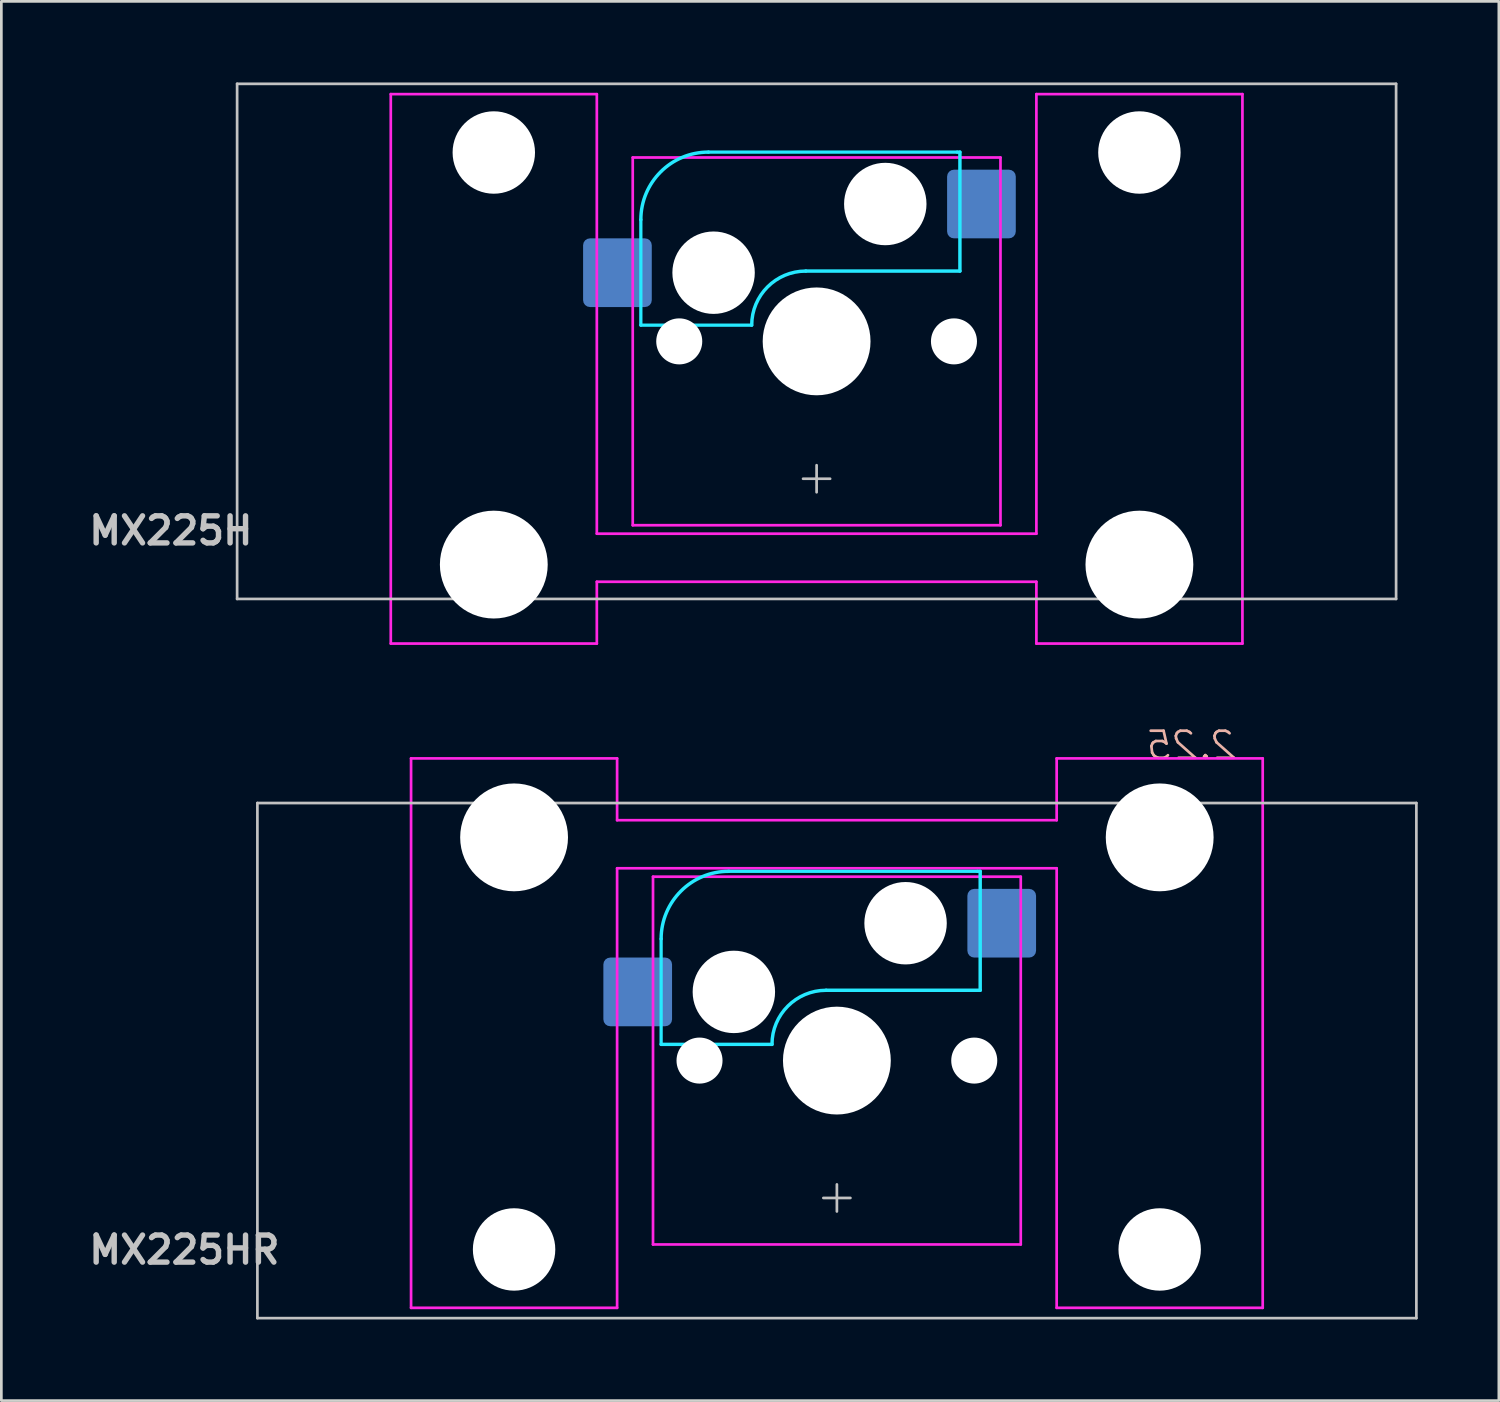
<source format=kicad_pcb>
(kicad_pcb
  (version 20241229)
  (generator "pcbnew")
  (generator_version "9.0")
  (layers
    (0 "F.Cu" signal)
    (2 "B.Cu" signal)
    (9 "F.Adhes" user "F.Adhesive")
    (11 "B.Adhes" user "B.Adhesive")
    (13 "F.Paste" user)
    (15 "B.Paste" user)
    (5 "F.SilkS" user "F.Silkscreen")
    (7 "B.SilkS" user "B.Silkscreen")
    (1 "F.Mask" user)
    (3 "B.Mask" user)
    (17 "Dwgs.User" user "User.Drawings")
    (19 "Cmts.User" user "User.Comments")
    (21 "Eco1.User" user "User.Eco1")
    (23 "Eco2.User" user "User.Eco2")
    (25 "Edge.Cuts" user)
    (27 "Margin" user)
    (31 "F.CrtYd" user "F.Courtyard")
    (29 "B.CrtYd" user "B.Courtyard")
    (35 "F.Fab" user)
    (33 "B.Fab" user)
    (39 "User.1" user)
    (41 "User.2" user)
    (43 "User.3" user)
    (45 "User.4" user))
  (footprint "MX225HR"
    (layer "F.Cu")
    (at 27.9 36.173)
    (property "Reference" "MX225HR" (at -20.5 7 0) (layer "Dwgs.User") (effects (font (size 1 1) (thickness 0.2)) (justify right)))
    (attr smd)
    (fp_line (start -21.431 -9.525) (end -21.431 9.525) (stroke (width 0.1) (type solid)) (layer "Dwgs.User"))
    (fp_line (start 0 4.58) (end 0 5.58) (stroke (width 0.1) (type solid)) (layer "Dwgs.User"))
    (fp_line (start 0.5 5.08) (end -0.5 5.08) (stroke (width 0.1) (type solid)) (layer "Dwgs.User"))
    (fp_line (start 21.431 -9.525) (end -21.431 -9.525) (stroke (width 0.1) (type solid)) (layer "Dwgs.User"))
    (fp_line (start 21.431 -9.525) (end 21.431 9.525) (stroke (width 0.1) (type solid)) (layer "Dwgs.User"))
    (fp_line (start 21.431 9.525) (end -21.431 9.525) (stroke (width 0.1) (type solid)) (layer "Dwgs.User"))
    (fp_line (start -15.438 5.485) (end -15.438 -8.515) (stroke (width 0.1) (type solid)) (layer "Eco1.User"))
    (fp_line (start -14.938 5.985) (end -8.938 5.985) (stroke (width 0.1) (type solid)) (layer "Eco1.User"))
    (fp_line (start -8.938 -9.015) (end -14.938 -9.015) (stroke (width 0.1) (type solid)) (layer "Eco1.User"))
    (fp_line (start -8.438 -8.515) (end -8.438 5.485) (stroke (width 0.1) (type solid)) (layer "Eco1.User"))
    (fp_line (start -7 6.5) (end -7 -6.5) (stroke (width 0.1) (type solid)) (layer "Eco1.User"))
    (fp_line (start -6.5 -7) (end 6.5 -7) (stroke (width 0.1) (type solid)) (layer "Eco1.User"))
    (fp_line (start 6.5 7) (end -6.5 7) (stroke (width 0.1) (type solid)) (layer "Eco1.User"))
    (fp_line (start 7 -6.5) (end 7 6.5) (stroke (width 0.1) (type solid)) (layer "Eco1.User"))
    (fp_line (start 8.438 5.485) (end 8.438 -8.515) (stroke (width 0.1) (type solid)) (layer "Eco1.User"))
    (fp_line (start 8.938 5.985) (end 14.938 5.985) (stroke (width 0.1) (type solid)) (layer "Eco1.User"))
    (fp_line (start 14.938 -9.015) (end 8.938 -9.015) (stroke (width 0.1) (type solid)) (layer "Eco1.User"))
    (fp_line (start 15.438 -8.515) (end 15.438 5.485) (stroke (width 0.1) (type solid)) (layer "Eco1.User"))
    (fp_arc (start -15.438 -8.515) (mid -15.291553 -8.868553) (end -14.938 -9.015) (stroke (width 0.1) (type solid)) (layer "Eco1.User"))
    (fp_arc (start -14.938 5.985) (mid -15.291553 5.838553) (end -15.438 5.485) (stroke (width 0.1) (type solid)) (layer "Eco1.User"))
    (fp_arc (start -8.938 -9.015) (mid -8.584447 -8.868553) (end -8.438 -8.515) (stroke (width 0.1) (type solid)) (layer "Eco1.User"))
    (fp_arc (start -8.438 5.485) (mid -8.584447 5.838553) (end -8.938 5.985) (stroke (width 0.1) (type solid)) (layer "Eco1.User"))
    (fp_arc (start -7 -6.5) (mid -6.853553 -6.853553) (end -6.5 -7) (stroke (width 0.1) (type solid)) (layer "Eco1.User"))
    (fp_arc (start -6.5 7) (mid -6.853553 6.853553) (end -7 6.5) (stroke (width 0.1) (type solid)) (layer "Eco1.User"))
    (fp_arc (start 6.5 -7) (mid 6.853553 -6.853553) (end 7 -6.5) (stroke (width 0.1) (type solid)) (layer "Eco1.User"))
    (fp_arc (start 7 6.5) (mid 6.853553 6.853553) (end 6.5 7) (stroke (width 0.1) (type solid)) (layer "Eco1.User"))
    (fp_arc (start 8.438 -8.515) (mid 8.584447 -8.868553) (end 8.938 -9.015) (stroke (width 0.1) (type solid)) (layer "Eco1.User"))
    (fp_arc (start 8.938 5.985) (mid 8.584447 5.838553) (end 8.438 5.485) (stroke (width 0.1) (type solid)) (layer "Eco1.User"))
    (fp_arc (start 14.938 -9.015) (mid 15.291553 -8.868553) (end 15.438 -8.515) (stroke (width 0.1) (type solid)) (layer "Eco1.User"))
    (fp_arc (start 15.438 5.485) (mid 15.291553 5.838553) (end 14.938 5.985) (stroke (width 0.1) (type solid)) (layer "Eco1.User"))
    (fp_line (start -6.5 -4.5) (end -6.5 -0.6) (stroke (width 0.12) (type solid)) (layer "B.CrtYd"))
    (fp_line (start -6.5 -0.6) (end -2.4 -0.6) (stroke (width 0.127) (type solid)) (layer "B.CrtYd"))
    (fp_line (start -4 -7) (end 5.2 -7) (stroke (width 0.12) (type solid)) (layer "B.CrtYd"))
    (fp_line (start -0.4 -2.6) (end 5.3 -2.6) (stroke (width 0.127) (type solid)) (layer "B.CrtYd"))
    (fp_line (start 5.2 -7) (end 5.3 -7) (stroke (width 0.12) (type solid)) (layer "B.CrtYd"))
    (fp_line (start 5.3 -7) (end 5.3 -2.6) (stroke (width 0.127) (type solid)) (layer "B.CrtYd"))
    (fp_arc (start -6.5 -4.5) (mid -5.767767 -6.267767) (end -4 -7) (stroke (width 0.127) (type solid)) (layer "B.CrtYd"))
    (fp_arc (start -2.4 -0.6) (mid -1.814214 -2.014214) (end -0.4 -2.6) (stroke (width 0.127) (type solid)) (layer "B.CrtYd"))
    (fp_line (start -15.748 -11.176) (end -8.128 -11.176) (stroke (width 0.1) (type solid)) (layer "F.CrtYd"))
    (fp_line (start -15.748 9.144) (end -15.748 -11.176) (stroke (width 0.1) (type solid)) (layer "F.CrtYd"))
    (fp_line (start -8.128 -8.89) (end -8.128 -11.176) (stroke (width 0.1) (type solid)) (layer "F.CrtYd"))
    (fp_line (start -8.128 -8.89) (end 8.128 -8.89) (stroke (width 0.1) (type solid)) (layer "F.CrtYd"))
    (fp_line (start -8.128 -7.112) (end -8.128 9.144) (stroke (width 0.1) (type solid)) (layer "F.CrtYd"))
    (fp_line (start -8.128 -7.112) (end 8.128 -7.112) (stroke (width 0.1) (type solid)) (layer "F.CrtYd"))
    (fp_line (start -8.128 9.144) (end -15.748 9.144) (stroke (width 0.1) (type solid)) (layer "F.CrtYd"))
    (fp_line (start -6.8 -6.8) (end -6.8 6.8) (stroke (width 0.1) (type solid)) (layer "F.CrtYd"))
    (fp_line (start -6.8 -6.8) (end 6.8 -6.8) (stroke (width 0.1) (type solid)) (layer "F.CrtYd"))
    (fp_line (start -6.8 6.8) (end 6.8 6.8) (stroke (width 0.1) (type solid)) (layer "F.CrtYd"))
    (fp_line (start 6.8 -6.8) (end 6.8 6.8) (stroke (width 0.1) (type solid)) (layer "F.CrtYd"))
    (fp_line (start 8.128 -8.89) (end 8.128 -11.176) (stroke (width 0.1) (type solid)) (layer "F.CrtYd"))
    (fp_line (start 8.128 -7.112) (end 8.128 9.142) (stroke (width 0.1) (type solid)) (layer "F.CrtYd"))
    (fp_line (start 8.128 9.144) (end 15.748 9.144) (stroke (width 0.1) (type solid)) (layer "F.CrtYd"))
    (fp_line (start 15.748 -11.176) (end 8.128 -11.176) (stroke (width 0.1) (type solid)) (layer "F.CrtYd"))
    (fp_line (start 15.748 -11.176) (end 15.748 9.144) (stroke (width 0.1) (type solid)) (layer "F.CrtYd"))
    (fp_text user "2.25" (at 14.886 -11.072 0) (unlocked yes) (layer "B.SilkS") (effects (font (size 1 1) (thickness 0.1) (italic yes)) (justify left bottom mirror)))
    (pad "" np_thru_hole circle (at -11.938 -8.255 180) (size 3.988 3.988) (drill 3.988) (layers "*.Cu" "*.Mask"))
    (pad "" np_thru_hole circle (at -11.938 6.985 180) (size 3.048 3.048) (drill 3.048) (layers "*.Cu" "*.Mask"))
    (pad "" np_thru_hole circle (at -5.08 0) (size 1.702 1.702) (drill 1.702) (layers "*.Cu" "*.Mask"))
    (pad "" np_thru_hole circle (at -3.81 -2.54) (size 3.048 3.048) (drill 3.048) (layers "*.Cu" "*.Mask"))
    (pad "" np_thru_hole circle (at 0 0) (size 3.988 3.988) (drill 3.988) (layers "*.Cu" "*.Mask"))
    (pad "" np_thru_hole circle (at 2.54 -5.08) (size 3.048 3.048) (drill 3.048) (layers "*.Cu" "*.Mask"))
    (pad "" np_thru_hole circle (at 5.08 0) (size 1.702 1.702) (drill 1.702) (layers "*.Cu" "*.Mask"))
    (pad "" np_thru_hole circle (at 11.938 -8.255 180) (size 3.988 3.988) (drill 3.988) (layers "*.Cu" "*.Mask"))
    (pad "" np_thru_hole circle (at 11.938 6.985 180) (size 3.048 3.048) (drill 3.048) (layers "*.Cu" "*.Mask"))
    (pad "1" smd roundrect (at 6.096 -5.08) (size 2.54 2.54) (layers "B.Cu" "B.Mask") (roundrect_rratio 0.1))
    (pad "2" smd roundrect (at -7.366 -2.54) (size 2.54 2.54) (layers "B.Cu" "B.Mask") (roundrect_rratio 0.1)))
  (footprint "MX225H"
    (layer "F.Cu")
    (at 27.15 9.575)
    (property "Reference" "MX225H" (at -20.75 7 0) (layer "Dwgs.User") (effects (font (size 1 1) (thickness 0.2)) (justify right)))
    (attr smd)
    (fp_line (start -21.431 -9.525) (end -21.431 9.525) (stroke (width 0.1) (type solid)) (layer "Dwgs.User"))
    (fp_line (start 0 4.58) (end 0 5.58) (stroke (width 0.1) (type solid)) (layer "Dwgs.User"))
    (fp_line (start 0.5 5.08) (end -0.5 5.08) (stroke (width 0.1) (type solid)) (layer "Dwgs.User"))
    (fp_line (start 21.431 -9.525) (end -21.431 -9.525) (stroke (width 0.1) (type solid)) (layer "Dwgs.User"))
    (fp_line (start 21.431 -9.525) (end 21.431 9.525) (stroke (width 0.1) (type solid)) (layer "Dwgs.User"))
    (fp_line (start 21.431 9.525) (end -21.431 9.525) (stroke (width 0.1) (type solid)) (layer "Dwgs.User"))
    (fp_line (start -15.438 8.515) (end -15.438 -5.485) (stroke (width 0.1) (type solid)) (layer "Eco1.User"))
    (fp_line (start -14.938 9.015) (end -8.938 9.015) (stroke (width 0.1) (type solid)) (layer "Eco1.User"))
    (fp_line (start -8.938 -5.985) (end -14.938 -5.985) (stroke (width 0.1) (type solid)) (layer "Eco1.User"))
    (fp_line (start -8.438 -5.485) (end -8.438 8.515) (stroke (width 0.1) (type solid)) (layer "Eco1.User"))
    (fp_line (start -7 6.5) (end -7 -6.5) (stroke (width 0.1) (type solid)) (layer "Eco1.User"))
    (fp_line (start -6.5 -7) (end 6.5 -7) (stroke (width 0.1) (type solid)) (layer "Eco1.User"))
    (fp_line (start 6.5 7) (end -6.5 7) (stroke (width 0.1) (type solid)) (layer "Eco1.User"))
    (fp_line (start 7 -6.5) (end 7 6.5) (stroke (width 0.1) (type solid)) (layer "Eco1.User"))
    (fp_line (start 8.438 8.515) (end 8.438 -5.485) (stroke (width 0.1) (type solid)) (layer "Eco1.User"))
    (fp_line (start 8.938 9.015) (end 14.938 9.015) (stroke (width 0.1) (type solid)) (layer "Eco1.User"))
    (fp_line (start 14.938 -5.985) (end 8.938 -5.985) (stroke (width 0.1) (type solid)) (layer "Eco1.User"))
    (fp_line (start 15.438 -5.485) (end 15.438 8.515) (stroke (width 0.1) (type solid)) (layer "Eco1.User"))
    (fp_arc (start -15.438 -5.485) (mid -15.291553 -5.838553) (end -14.938 -5.985) (stroke (width 0.1) (type solid)) (layer "Eco1.User"))
    (fp_arc (start -14.938 9.015) (mid -15.291553 8.868553) (end -15.438 8.515) (stroke (width 0.1) (type solid)) (layer "Eco1.User"))
    (fp_arc (start -8.938 -5.985) (mid -8.584447 -5.838553) (end -8.438 -5.485) (stroke (width 0.1) (type solid)) (layer "Eco1.User"))
    (fp_arc (start -8.438 8.515) (mid -8.584447 8.868553) (end -8.938 9.015) (stroke (width 0.1) (type solid)) (layer "Eco1.User"))
    (fp_arc (start -7 -6.5) (mid -6.853553 -6.853553) (end -6.5 -7) (stroke (width 0.1) (type solid)) (layer "Eco1.User"))
    (fp_arc (start -6.5 7) (mid -6.853553 6.853553) (end -7 6.5) (stroke (width 0.1) (type solid)) (layer "Eco1.User"))
    (fp_arc (start 6.5 -7) (mid 6.853553 -6.853553) (end 7 -6.5) (stroke (width 0.1) (type solid)) (layer "Eco1.User"))
    (fp_arc (start 7 6.5) (mid 6.853553 6.853553) (end 6.5 7) (stroke (width 0.1) (type solid)) (layer "Eco1.User"))
    (fp_arc (start 8.438 -5.485) (mid 8.584447 -5.838553) (end 8.938 -5.985) (stroke (width 0.1) (type solid)) (layer "Eco1.User"))
    (fp_arc (start 8.938 9.015) (mid 8.584447 8.868553) (end 8.438 8.515) (stroke (width 0.1) (type solid)) (layer "Eco1.User"))
    (fp_arc (start 14.938 -5.985) (mid 15.291553 -5.838553) (end 15.438 -5.485) (stroke (width 0.1) (type solid)) (layer "Eco1.User"))
    (fp_arc (start 15.438 8.515) (mid 15.291553 8.868553) (end 14.938 9.015) (stroke (width 0.1) (type solid)) (layer "Eco1.User"))
    (fp_line (start -6.5 -4.5) (end -6.5 -0.6) (stroke (width 0.12) (type solid)) (layer "B.CrtYd"))
    (fp_line (start -6.5 -0.6) (end -2.4 -0.6) (stroke (width 0.12) (type solid)) (layer "B.CrtYd"))
    (fp_line (start -4 -7) (end 5.2 -7) (stroke (width 0.12) (type solid)) (layer "B.CrtYd"))
    (fp_line (start -0.4 -2.6) (end 5.3 -2.6) (stroke (width 0.127) (type solid)) (layer "B.CrtYd"))
    (fp_line (start 5.2 -7) (end 5.3 -7) (stroke (width 0.12) (type solid)) (layer "B.CrtYd"))
    (fp_line (start 5.3 -7) (end 5.3 -2.6) (stroke (width 0.127) (type solid)) (layer "B.CrtYd"))
    (fp_arc (start -6.5 -4.5) (mid -5.767767 -6.267767) (end -4 -7) (stroke (width 0.127) (type solid)) (layer "B.CrtYd"))
    (fp_arc (start -2.4 -0.6) (mid -1.814214 -2.014214) (end -0.4 -2.6) (stroke (width 0.127) (type solid)) (layer "B.CrtYd"))
    (fp_line (start -15.748 11.176) (end -15.748 -9.144) (stroke (width 0.1) (type solid)) (layer "F.CrtYd"))
    (fp_line (start -15.748 11.176) (end -8.128 11.176) (stroke (width 0.1) (type solid)) (layer "F.CrtYd"))
    (fp_line (start -8.128 -9.144) (end -15.748 -9.144) (stroke (width 0.1) (type solid)) (layer "F.CrtYd"))
    (fp_line (start -8.128 7.112) (end -8.128 -9.142) (stroke (width 0.1) (type solid)) (layer "F.CrtYd"))
    (fp_line (start -8.128 8.89) (end -8.128 11.176) (stroke (width 0.1) (type solid)) (layer "F.CrtYd"))
    (fp_line (start -6.8 -6.8) (end -6.8 6.8) (stroke (width 0.1) (type solid)) (layer "F.CrtYd"))
    (fp_line (start -6.8 -6.8) (end 6.8 -6.8) (stroke (width 0.1) (type solid)) (layer "F.CrtYd"))
    (fp_line (start -6.8 6.8) (end 6.8 6.8) (stroke (width 0.1) (type solid)) (layer "F.CrtYd"))
    (fp_line (start 6.8 -6.8) (end 6.8 6.8) (stroke (width 0.1) (type solid)) (layer "F.CrtYd"))
    (fp_line (start 8.128 -9.144) (end 15.748 -9.144) (stroke (width 0.1) (type solid)) (layer "F.CrtYd"))
    (fp_line (start 8.128 7.112) (end -8.128 7.112) (stroke (width 0.1) (type solid)) (layer "F.CrtYd"))
    (fp_line (start 8.128 7.112) (end 8.128 -9.144) (stroke (width 0.1) (type solid)) (layer "F.CrtYd"))
    (fp_line (start 8.128 8.89) (end -8.128 8.89) (stroke (width 0.1) (type solid)) (layer "F.CrtYd"))
    (fp_line (start 8.128 8.89) (end 8.128 11.176) (stroke (width 0.1) (type solid)) (layer "F.CrtYd"))
    (fp_line (start 15.748 -9.144) (end 15.748 11.176) (stroke (width 0.1) (type solid)) (layer "F.CrtYd"))
    (fp_line (start 15.748 11.176) (end 8.128 11.176) (stroke (width 0.1) (type solid)) (layer "F.CrtYd"))
    (pad "" np_thru_hole circle (at -11.938 -6.985) (size 3.048 3.048) (drill 3.048) (layers "*.Cu" "*.Mask"))
    (pad "" np_thru_hole circle (at -11.938 8.255) (size 3.988 3.988) (drill 3.988) (layers "*.Cu" "*.Mask"))
    (pad "" np_thru_hole circle (at -5.08 0) (size 1.702 1.702) (drill 1.702) (layers "*.Cu" "*.Mask"))
    (pad "" np_thru_hole circle (at -3.81 -2.54) (size 3.048 3.048) (drill 3.048) (layers "*.Cu" "*.Mask"))
    (pad "" np_thru_hole circle (at 0 0) (size 3.988 3.988) (drill 3.988) (layers "*.Cu" "*.Mask"))
    (pad "" np_thru_hole circle (at 2.54 -5.08) (size 3.048 3.048) (drill 3.048) (layers "*.Cu" "*.Mask"))
    (pad "" np_thru_hole circle (at 5.08 0) (size 1.702 1.702) (drill 1.702) (layers "*.Cu" "*.Mask"))
    (pad "" np_thru_hole circle (at 11.938 -6.985) (size 3.048 3.048) (drill 3.048) (layers "*.Cu" "*.Mask"))
    (pad "" np_thru_hole circle (at 11.938 8.255) (size 3.988 3.988) (drill 3.988) (layers "*.Cu" "*.Mask"))
    (pad "1" smd roundrect (at 6.096 -5.08) (size 2.54 2.54) (layers "B.Cu" "B.Mask") (roundrect_rratio 0.1))
    (pad "2" smd roundrect (at -7.366 -2.54) (size 2.54 2.54) (layers "B.Cu" "B.Mask") (roundrect_rratio 0.1)))
  (gr_rect
    (start -3 -3)
    (end 52.381 48.748)
    (stroke (width 0.1) (type default))
    (fill no)
    (layer "Edge.Cuts")))
</source>
